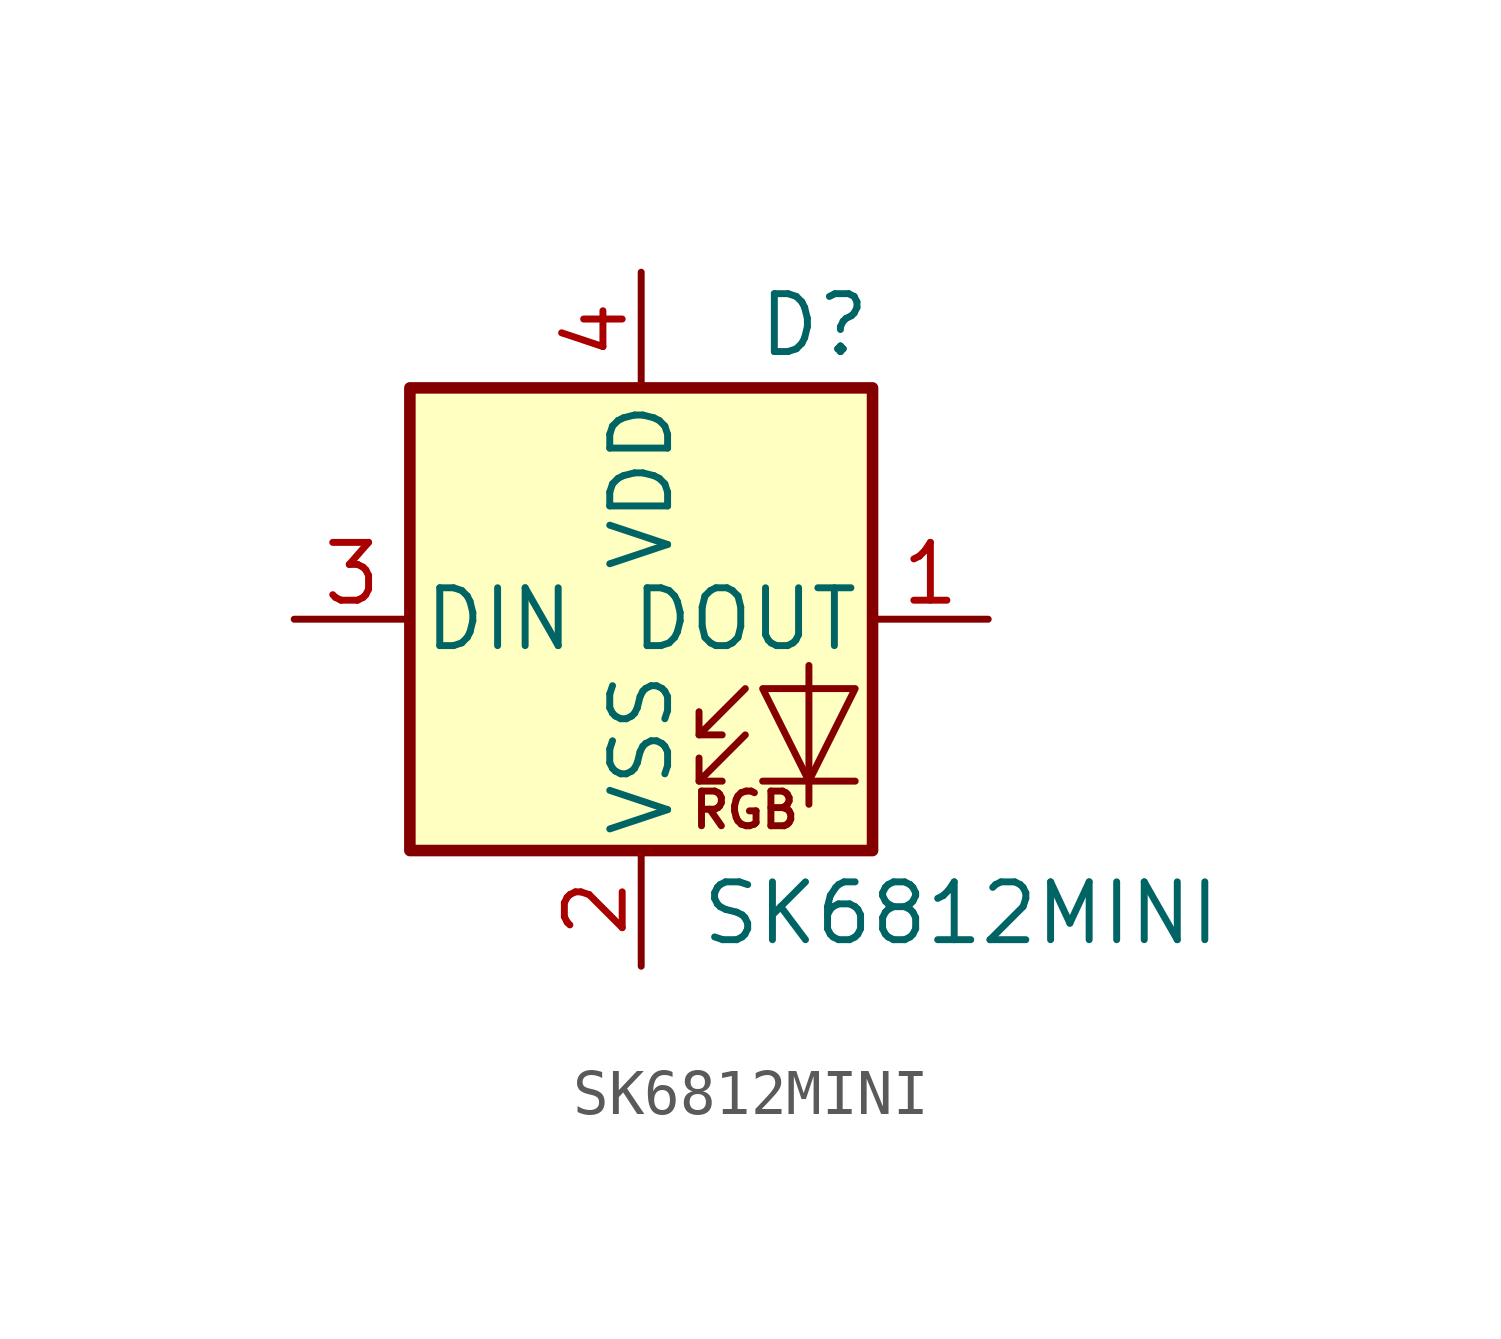
<source format=kicad_sym>
(kicad_symbol_lib
  (version 20241209)
  (generator "kicad_symbol_editor")
  (generator_version "9.0")
  (symbol "SK6812MINI"
    (pin_names
      (offset 0.254))
    (property "Reference" "D"
      (at 5.08 5.715 0)
      (effects (font (size 1.27 1.27)) (justify right bottom)))
    (property "Value" "SK6812MINI"
      (at 1.27 -5.715 0)
      (effects (font (size 1.27 1.27)) (justify left top)))
    (symbol "SK6812MINI_0_0"
      (text "RGB" (at 2.286 -4.191 0) (effects (font (size 0.762 0.762)))))
    (symbol "SK6812MINI_0_1"
      (polyline (pts (xy 1.27 -2.54) (xy 1.778 -2.54)) (stroke (width 0) (type solid)) (fill (type none)))
      (polyline (pts (xy 1.27 -3.556) (xy 1.778 -3.556)) (stroke (width 0) (type solid)) (fill (type none)))
      (polyline (pts (xy 2.286 -1.524) (xy 1.27 -2.54) (xy 1.27 -2.032)) (stroke (width 0) (type solid)) (fill (type none)))
      (polyline (pts (xy 2.286 -2.54) (xy 1.27 -3.556) (xy 1.27 -3.048)) (stroke (width 0) (type solid)) (fill (type none)))
      (polyline (pts (xy 3.683 -1.016) (xy 3.683 -3.556) (xy 3.683 -4.064)) (stroke (width 0) (type solid)) (fill (type none)))
      (polyline (pts (xy 4.699 -1.524) (xy 2.667 -1.524) (xy 3.683 -3.556) (xy 4.699 -1.524)) (stroke (width 0) (type solid)) (fill (type none)))
      (polyline (pts (xy 4.699 -3.556) (xy 2.667 -3.556)) (stroke (width 0) (type solid)) (fill (type none)))
      (rectangle (start 5.08 5.08) (end -5.08 -5.08) (stroke (width 0.254) (type solid)) (fill (type background))))
    (symbol "SK6812MINI_1_1"
      (pin input line (at -7.62 0 0) (length 2.54) (name "DIN" (effects (font (size 1.27 1.27)))) (number "3" (effects (font (size 1.27 1.27)))))
      (pin power_in line (at 0 7.62 270) (length 2.54) (name "VDD" (effects (font (size 1.27 1.27)))) (number "4" (effects (font (size 1.27 1.27)))))
      (pin power_in line (at 0 -7.62 90) (length 2.54) (name "VSS" (effects (font (size 1.27 1.27)))) (number "2" (effects (font (size 1.27 1.27)))))
      (pin output line (at 7.62 0 180) (length 2.54) (name "DOUT" (effects (font (size 1.27 1.27)))) (number "1" (effects (font (size 1.27 1.27))))))))
</source>
